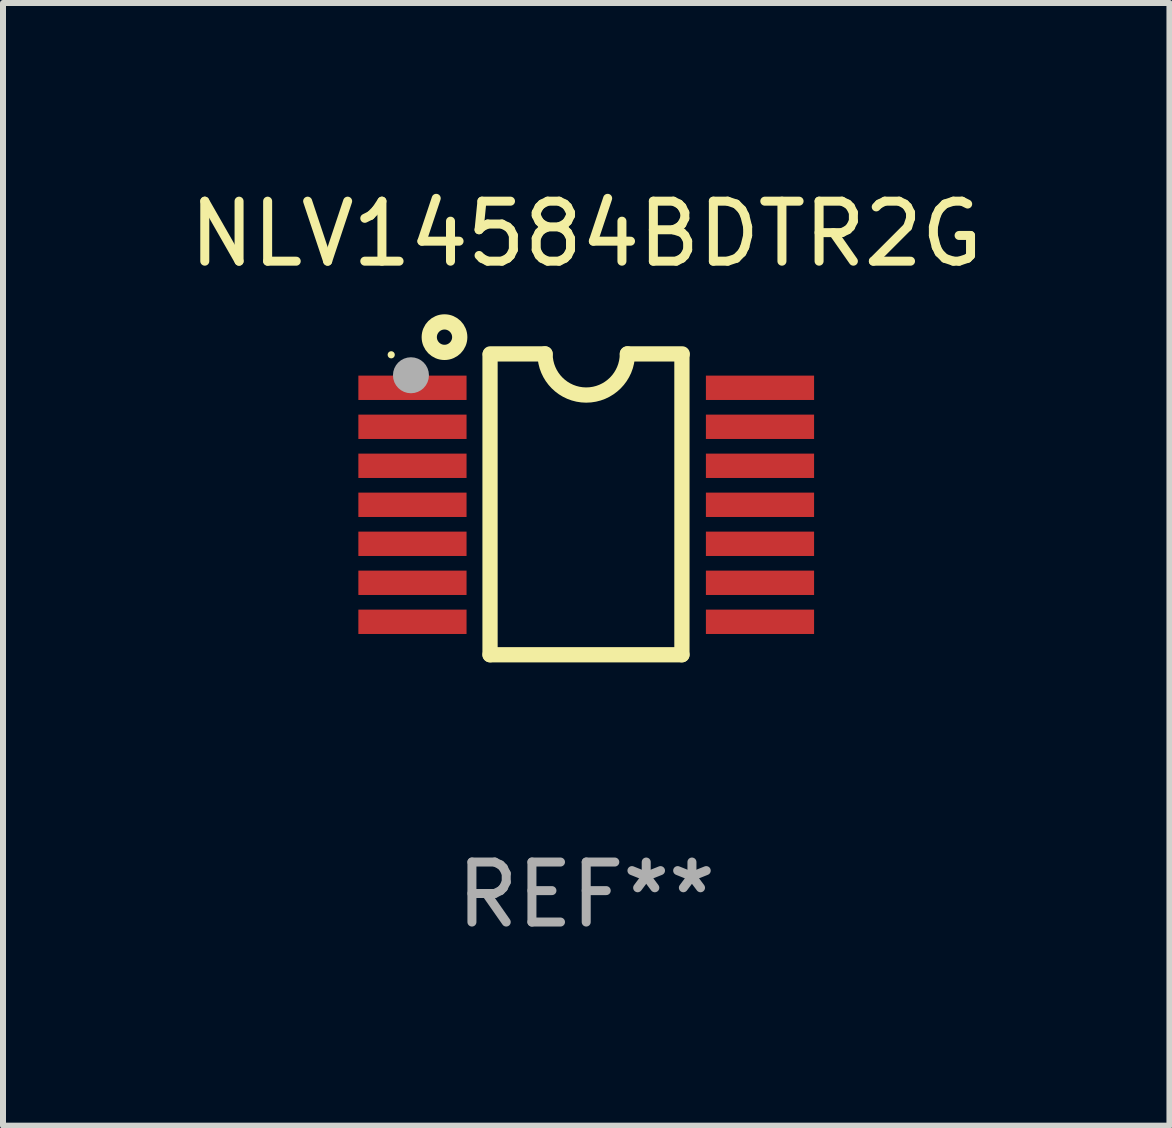
<source format=kicad_pcb>
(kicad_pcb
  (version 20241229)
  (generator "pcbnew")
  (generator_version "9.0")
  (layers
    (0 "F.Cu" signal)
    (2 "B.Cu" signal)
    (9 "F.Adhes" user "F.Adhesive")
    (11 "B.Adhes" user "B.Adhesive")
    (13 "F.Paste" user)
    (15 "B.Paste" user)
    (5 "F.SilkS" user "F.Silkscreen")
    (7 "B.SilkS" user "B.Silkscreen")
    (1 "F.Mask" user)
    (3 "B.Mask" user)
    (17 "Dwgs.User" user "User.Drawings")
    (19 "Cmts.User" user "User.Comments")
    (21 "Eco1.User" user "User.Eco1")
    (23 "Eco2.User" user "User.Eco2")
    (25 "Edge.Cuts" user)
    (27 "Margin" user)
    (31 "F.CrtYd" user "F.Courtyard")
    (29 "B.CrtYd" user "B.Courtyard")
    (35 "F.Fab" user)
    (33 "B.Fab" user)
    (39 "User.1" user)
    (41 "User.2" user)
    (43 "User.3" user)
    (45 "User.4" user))
  (footprint "NLV14584BDTR2G"
    (layer "F.Cu")
    (at 6.72 5.355)
    (property "Reference" "NLV14584BDTR2G" (at 0 -4.507 0) (layer "F.SilkS") (effects (font (size 1 1) (thickness 0.15))))
    (attr through_hole)
    (fp_line (start -1.603 2.507) (end -1.603 -2.494) (stroke (width 0.254) (type solid)) (layer "F.SilkS"))
    (fp_line (start -1.603 2.507) (end 1.595 2.507) (stroke (width 0.254) (type solid)) (layer "F.SilkS"))
    (fp_line (start -1.6 -2.507) (end -0.686 -2.507) (stroke (width 0.254) (type solid)) (layer "F.SilkS"))
    (fp_line (start 0.686 -2.507) (end 1.6 -2.507) (stroke (width 0.254) (type solid)) (layer "F.SilkS"))
    (fp_line (start 1.595 2.507) (end 1.595 -2.494) (stroke (width 0.254) (type solid)) (layer "F.SilkS"))
    (fp_arc (start 0.685852 -2.506998) (mid 0.000051 -1.821197) (end -0.68575 -2.506998) (stroke (width 0.254001) (type solid)) (layer "F.SilkS"))
    (fp_circle (center -3.25 -2.492) (end -3.22 -2.492) (stroke (width 0.06) (type solid)) (fill no) (layer "F.SilkS"))
    (fp_circle (center -2.362 -2.786) (end -2.108 -2.786) (stroke (width 0.254) (type solid)) (fill no) (layer "F.SilkS"))
    (fp_circle (center -2.921 -2.151) (end -2.771 -2.151) (stroke (width 0.3) (type solid)) (fill no) (layer "F.Fab"))
    (fp_text user "REF**" (at 0 6.507 0) (layer "F.Fab") (effects (font (size 1 1) (thickness 0.15))))
    (pad "1" smd rect (at -2.896 -1.942) (size 1.803 0.406) (layers "F.Cu" "F.Mask" "F.Paste"))
    (pad "2" smd rect (at -2.896 -1.292) (size 1.803 0.406) (layers "F.Cu" "F.Mask" "F.Paste"))
    (pad "3" smd rect (at -2.896 -0.642) (size 1.803 0.406) (layers "F.Cu" "F.Mask" "F.Paste"))
    (pad "4" smd rect (at -2.896 0.008) (size 1.803 0.406) (layers "F.Cu" "F.Mask" "F.Paste"))
    (pad "5" smd rect (at -2.896 0.658) (size 1.803 0.406) (layers "F.Cu" "F.Mask" "F.Paste"))
    (pad "6" smd rect (at -2.896 1.308) (size 1.803 0.406) (layers "F.Cu" "F.Mask" "F.Paste"))
    (pad "7" smd rect (at -2.896 1.958) (size 1.803 0.406) (layers "F.Cu" "F.Mask" "F.Paste"))
    (pad "8" smd rect (at 2.896 1.958) (size 1.803 0.406) (layers "F.Cu" "F.Mask" "F.Paste"))
    (pad "9" smd rect (at 2.896 1.308) (size 1.803 0.406) (layers "F.Cu" "F.Mask" "F.Paste"))
    (pad "10" smd rect (at 2.896 0.658) (size 1.803 0.406) (layers "F.Cu" "F.Mask" "F.Paste"))
    (pad "11" smd rect (at 2.896 0.008) (size 1.803 0.406) (layers "F.Cu" "F.Mask" "F.Paste"))
    (pad "12" smd rect (at 2.896 -0.642) (size 1.803 0.406) (layers "F.Cu" "F.Mask" "F.Paste"))
    (pad "13" smd rect (at 2.896 -1.292) (size 1.803 0.406) (layers "F.Cu" "F.Mask" "F.Paste"))
    (pad "14" smd rect (at 2.896 -1.942) (size 1.803 0.406) (layers "F.Cu" "F.Mask" "F.Paste")))
  (gr_rect
    (start -3 -3)
    (end 16.44 15.71)
    (stroke (width 0.1) (type default))
    (fill no)
    (layer "Edge.Cuts")))
</source>
